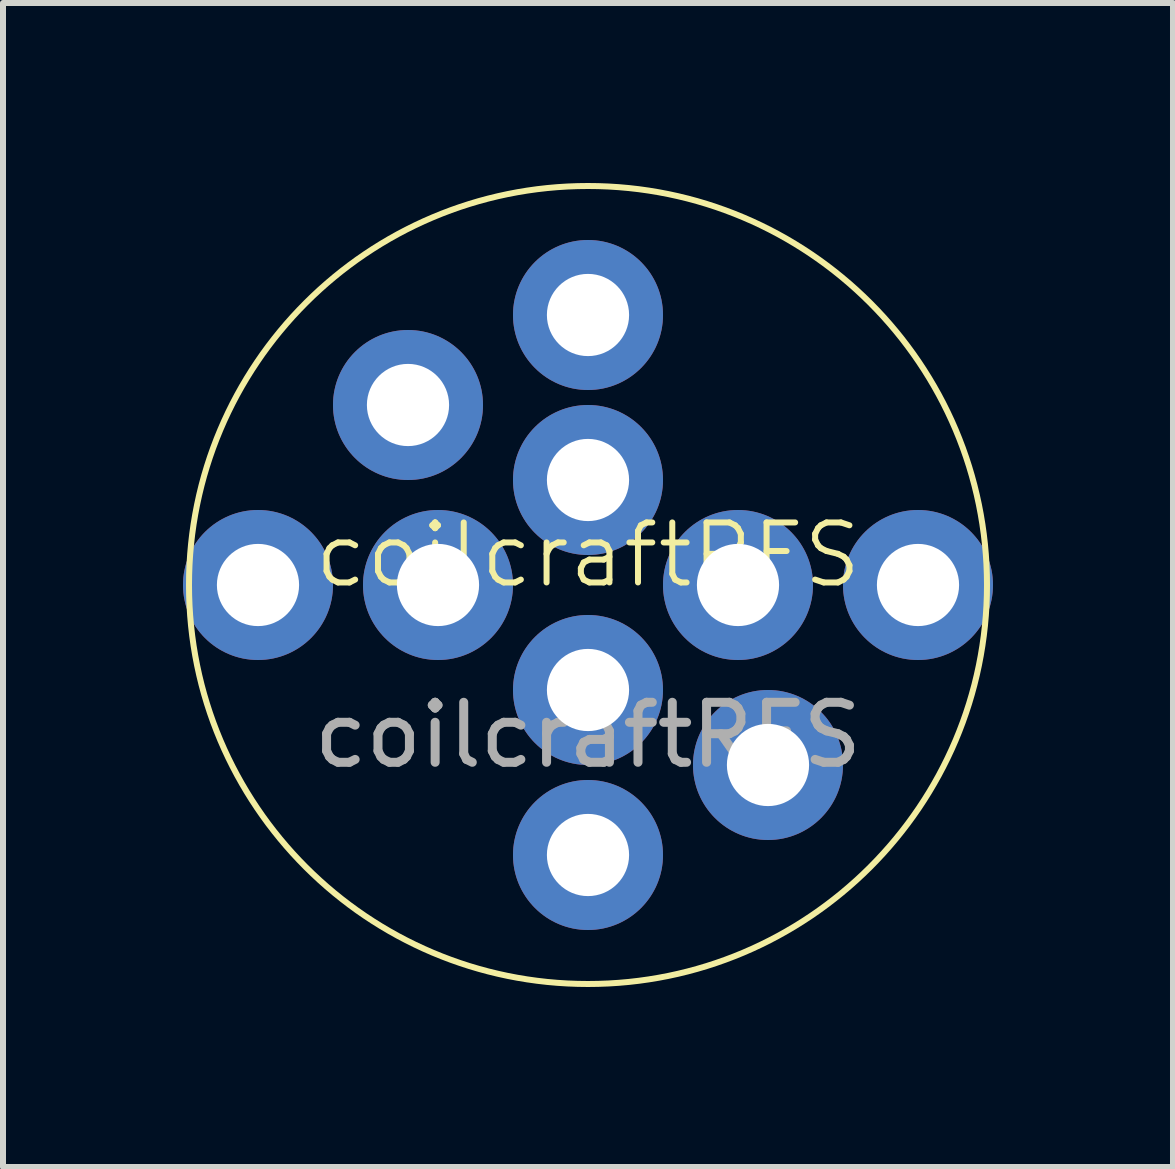
<source format=kicad_pcb>
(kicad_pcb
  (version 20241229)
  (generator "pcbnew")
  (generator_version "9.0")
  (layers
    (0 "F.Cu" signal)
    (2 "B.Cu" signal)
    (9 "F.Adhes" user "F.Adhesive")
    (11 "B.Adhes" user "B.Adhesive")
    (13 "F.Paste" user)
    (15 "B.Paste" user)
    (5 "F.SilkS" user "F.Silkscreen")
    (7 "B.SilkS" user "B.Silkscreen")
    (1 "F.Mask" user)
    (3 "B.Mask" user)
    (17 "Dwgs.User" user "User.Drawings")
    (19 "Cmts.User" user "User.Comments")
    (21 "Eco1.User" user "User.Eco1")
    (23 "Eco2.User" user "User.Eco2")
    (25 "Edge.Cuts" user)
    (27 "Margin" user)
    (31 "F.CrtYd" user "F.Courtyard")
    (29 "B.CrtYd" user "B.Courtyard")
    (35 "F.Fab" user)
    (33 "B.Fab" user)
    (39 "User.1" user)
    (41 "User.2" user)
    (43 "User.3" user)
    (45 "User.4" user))
  (footprint "coilcraftRFS"
    (layer "F.Cu")
    (at 6.75 6.7)
    (property "Reference" "coilcraftRFS" (at 0 -0.5 0) (unlocked yes) (layer "F.SilkS") (effects (font (size 1 1) (thickness 0.1))))
    (attr through_hole)
    (fp_circle (center 0 0) (end 6.65 0) (stroke (width 0.1) (type default)) (fill no) (layer "F.SilkS"))
    (fp_text user "${REFERENCE}" (at 0 2.5 0) (unlocked yes) (layer "F.Fab") (effects (font (size 1 1) (thickness 0.15))))
    (pad "1" thru_hole circle (at -5.5 0) (size 2.5 2.5) (drill 1.37) (layers "*.Cu" "*.Mask"))
    (pad "1" thru_hole circle (at -3 -3) (size 2.5 2.5) (drill 1.37) (layers "*.Cu" "*.Mask"))
    (pad "1" thru_hole circle (at -2.5 0) (size 2.5 2.5) (drill 1.37) (layers "*.Cu" "*.Mask"))
    (pad "1" thru_hole circle (at 0 -4.5) (size 2.5 2.5) (drill 1.37) (layers "*.Cu" "*.Mask"))
    (pad "1" thru_hole circle (at 0 -1.75) (size 2.5 2.5) (drill 1.37) (layers "*.Cu" "*.Mask"))
    (pad "2" thru_hole circle (at 0 1.75) (size 2.5 2.5) (drill 1.37) (layers "*.Cu" "*.Mask"))
    (pad "2" thru_hole circle (at 0 4.5) (size 2.5 2.5) (drill 1.37) (layers "*.Cu" "*.Mask"))
    (pad "2" thru_hole circle (at 2.5 0) (size 2.5 2.5) (drill 1.37) (layers "*.Cu" "*.Mask"))
    (pad "2" thru_hole circle (at 3 3) (size 2.5 2.5) (drill 1.37) (layers "*.Cu" "*.Mask"))
    (pad "2" thru_hole circle (at 5.5 0) (size 2.5 2.5) (drill 1.37) (layers "*.Cu" "*.Mask")))
  (gr_rect
    (start -3 -3)
    (end 16.5 16.4)
    (stroke (width 0.1) (type default))
    (fill no)
    (layer "Edge.Cuts")))
</source>
